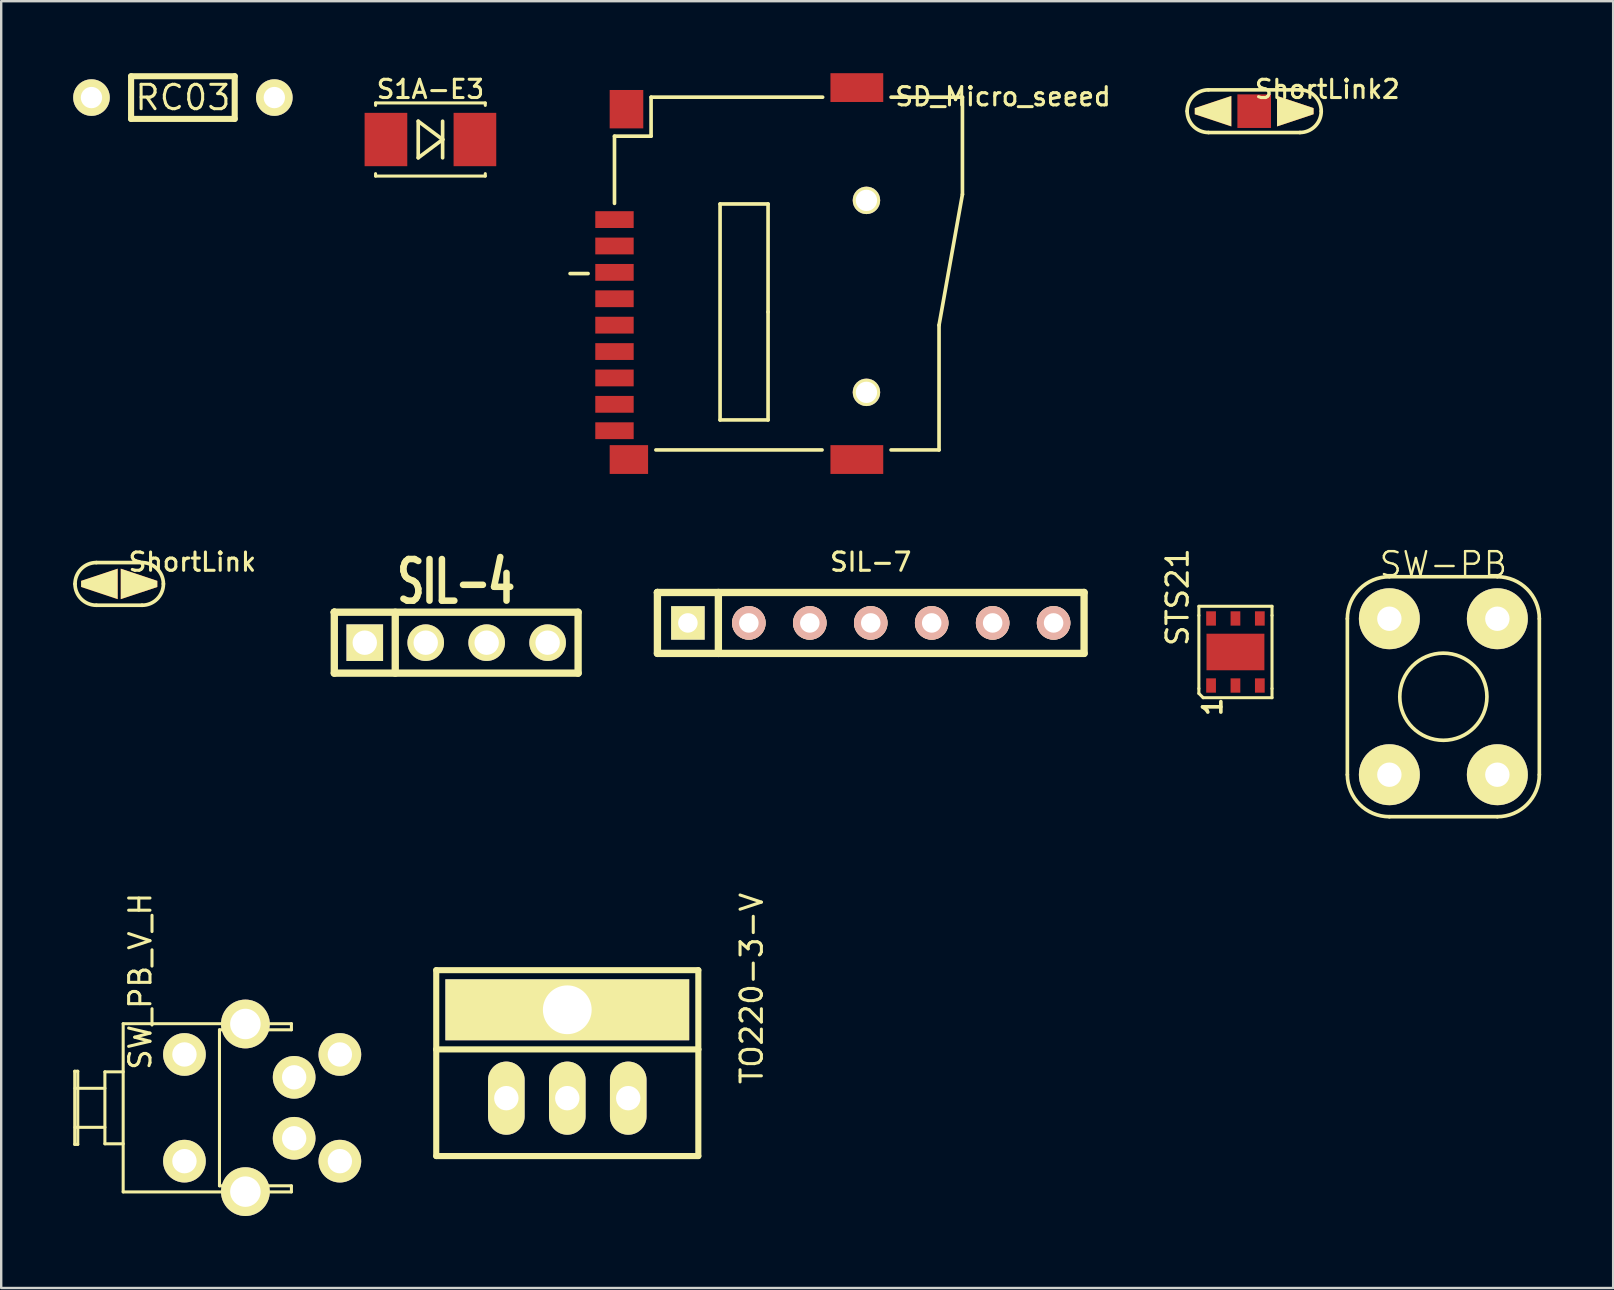
<source format=kicad_pcb>
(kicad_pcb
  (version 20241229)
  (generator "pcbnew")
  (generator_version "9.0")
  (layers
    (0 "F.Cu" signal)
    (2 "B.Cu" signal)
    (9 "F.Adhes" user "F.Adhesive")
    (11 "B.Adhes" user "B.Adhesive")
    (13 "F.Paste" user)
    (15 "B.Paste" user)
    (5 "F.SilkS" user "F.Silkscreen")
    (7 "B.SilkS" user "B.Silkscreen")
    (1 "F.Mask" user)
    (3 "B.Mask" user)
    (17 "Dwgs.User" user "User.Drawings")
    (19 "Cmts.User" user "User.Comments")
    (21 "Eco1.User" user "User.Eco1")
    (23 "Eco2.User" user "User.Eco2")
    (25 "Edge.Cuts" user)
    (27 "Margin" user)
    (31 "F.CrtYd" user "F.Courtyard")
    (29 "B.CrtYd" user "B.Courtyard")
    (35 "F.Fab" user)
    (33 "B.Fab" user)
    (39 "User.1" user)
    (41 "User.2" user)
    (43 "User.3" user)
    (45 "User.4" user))
  (footprint "SW_PB_V_H"
    (layer "F.Cu")
    (at 4.636 43.115)
    (property "Reference" "SW_PB_V_H" (at -1.841 -5.271 90) (layer "F.SilkS") (effects (font (size 0.889 0.889) (thickness 0.127))))
    (attr smd)
    (fp_line (start -4.572 -1.524) (end -4.445 -1.524) (stroke (width 0.127) (type solid)) (layer "F.SilkS"))
    (fp_line (start -4.572 1.524) (end -4.572 -1.524) (stroke (width 0.127) (type solid)) (layer "F.SilkS"))
    (fp_line (start -4.559 -0.813) (end -3.315 -0.813) (stroke (width 0.127) (type solid)) (layer "F.SilkS"))
    (fp_line (start -4.559 0.813) (end -3.315 0.813) (stroke (width 0.127) (type solid)) (layer "F.SilkS"))
    (fp_line (start -4.445 -1.524) (end -4.445 1.524) (stroke (width 0.127) (type solid)) (layer "F.SilkS"))
    (fp_line (start -4.445 1.524) (end -4.572 1.524) (stroke (width 0.127) (type solid)) (layer "F.SilkS"))
    (fp_line (start -3.315 -1.499) (end -3.315 1.499) (stroke (width 0.127) (type solid)) (layer "F.SilkS"))
    (fp_line (start -3.315 1.499) (end -2.553 1.499) (stroke (width 0.127) (type solid)) (layer "F.SilkS"))
    (fp_line (start -2.553 -3.505) (end 4.458 -3.505) (stroke (width 0.127) (type solid)) (layer "F.SilkS"))
    (fp_line (start -2.553 -1.499) (end -3.315 -1.499) (stroke (width 0.127) (type solid)) (layer "F.SilkS"))
    (fp_line (start -2.553 3.505) (end -2.553 -3.505) (stroke (width 0.127) (type solid)) (layer "F.SilkS"))
    (fp_line (start 1.46 -3.251) (end 1.46 3.251) (stroke (width 0.127) (type solid)) (layer "F.SilkS"))
    (fp_line (start 1.46 3.251) (end 4.458 3.251) (stroke (width 0.127) (type solid)) (layer "F.SilkS"))
    (fp_line (start 4.458 -3.505) (end 4.458 -3.251) (stroke (width 0.127) (type solid)) (layer "F.SilkS"))
    (fp_line (start 4.458 -3.251) (end 1.46 -3.251) (stroke (width 0.127) (type solid)) (layer "F.SilkS"))
    (fp_line (start 4.458 3.251) (end 4.458 3.505) (stroke (width 0.127) (type solid)) (layer "F.SilkS"))
    (fp_line (start 4.458 3.505) (end -2.553 3.505) (stroke (width 0.127) (type solid)) (layer "F.SilkS"))
    (pad "1" thru_hole circle (at 0 -2.223) (size 1.778 1.778) (drill 1.016) (layers "*.Cu" "*.Mask" "F.SilkS"))
    (pad "1" thru_hole circle (at 4.572 -1.27) (size 1.778 1.778) (drill 1.016) (layers "*.Cu" "*.Mask" "F.SilkS"))
    (pad "1" thru_hole circle (at 6.477 -2.223) (size 1.778 1.778) (drill 1.016) (layers "*.Cu" "*.Mask" "F.SilkS"))
    (pad "2" thru_hole circle (at 0 2.223) (size 1.778 1.778) (drill 1.016) (layers "*.Cu" "*.Mask" "F.SilkS"))
    (pad "2" thru_hole circle (at 4.572 1.27) (size 1.778 1.778) (drill 1.016) (layers "*.Cu" "*.Mask" "F.SilkS"))
    (pad "2" thru_hole circle (at 6.477 2.223) (size 1.778 1.778) (drill 1.016) (layers "*.Cu" "*.Mask" "F.SilkS"))
    (pad "3" thru_hole circle (at 2.54 -3.493) (size 2.032 2.032) (drill 1.27) (layers "*.Cu" "*.Mask" "F.SilkS"))
    (pad "3" thru_hole circle (at 2.54 3.493) (size 2.032 2.032) (drill 1.27) (layers "*.Cu" "*.Mask" "F.SilkS")))
  (footprint "ShortLink"
    (layer "F.Cu")
    (at 1.918 21.283)
    (property "Reference" "ShortLink" (at 3.048 -0.914 0) (layer "F.SilkS") (effects (font (size 0.762 0.762) (thickness 0.127))))
    (attr through_hole)
    (fp_line (start -0.953 -0.889) (end 0.953 -0.889) (stroke (width 0.152) (type solid)) (layer "F.SilkS"))
    (fp_line (start 0.953 0.889) (end -0.953 0.889) (stroke (width 0.152) (type solid)) (layer "F.SilkS"))
    (fp_arc (start -1.8415 0) (mid -1.581118 -0.628618) (end -0.9525 -0.889) (stroke (width 0.1524) (type solid)) (layer "F.SilkS"))
    (fp_arc (start -0.9525 0.889) (mid -1.581118 0.628618) (end -1.8415 0) (stroke (width 0.1524) (type solid)) (layer "F.SilkS"))
    (fp_arc (start 0.9525 -0.889) (mid 1.581118 -0.628618) (end 1.8415 0) (stroke (width 0.1524) (type solid)) (layer "F.SilkS"))
    (fp_arc (start 1.8415 0) (mid 1.581118 0.628618) (end 0.9525 0.889) (stroke (width 0.1524) (type solid)) (layer "F.SilkS"))
    (pad "1" smd trapezoid (at -0.826 0) (size 1.524 0.762) (rect_delta -0.508 0) (layers "F.Cu" "F.Mask" "F.SilkS" "F.Paste"))
    (pad "2" smd trapezoid (at 0.826 0) (size 1.524 0.762) (rect_delta 0.508 0) (layers "F.Cu" "F.Mask" "F.SilkS" "F.Paste")))
  (footprint "SIL-4"
    (layer "F.Cu")
    (at 15.961 23.732)
    (property "Reference" "SIL-4" (at 0 -2.54 0) (layer "F.SilkS") (effects (font (size 1.735 1.087) (thickness 0.272))))
    (attr smd)
    (fp_line (start -5.08 -1.27) (end -5.08 -1.27) (stroke (width 0.305) (type solid)) (layer "F.SilkS"))
    (fp_line (start -5.08 -1.27) (end -5.08 -1.27) (stroke (width 0.305) (type solid)) (layer "F.SilkS"))
    (fp_line (start -5.08 -1.27) (end 5.08 -1.27) (stroke (width 0.305) (type solid)) (layer "F.SilkS"))
    (fp_line (start -5.08 1.27) (end -5.08 -1.27) (stroke (width 0.305) (type solid)) (layer "F.SilkS"))
    (fp_line (start -2.54 1.27) (end -2.54 -1.27) (stroke (width 0.305) (type solid)) (layer "F.SilkS"))
    (fp_line (start 5.08 -1.27) (end 5.08 1.27) (stroke (width 0.305) (type solid)) (layer "F.SilkS"))
    (fp_line (start 5.08 1.27) (end -5.08 1.27) (stroke (width 0.305) (type solid)) (layer "F.SilkS"))
    (pad "1" thru_hole rect (at -3.81 0) (size 1.524 1.524) (drill 1.016) (layers "*.Cu" "*.Mask" "F.SilkS"))
    (pad "2" thru_hole circle (at -1.27 0) (size 1.524 1.524) (drill 1.016) (layers "*.Cu" "*.Mask" "F.SilkS"))
    (pad "3" thru_hole circle (at 1.27 0) (size 1.524 1.524) (drill 1.016) (layers "*.Cu" "*.Mask" "F.SilkS"))
    (pad "4" thru_hole circle (at 3.81 0) (size 1.524 1.524) (drill 1.016) (layers "*.Cu" "*.Mask" "F.SilkS")))
  (footprint "ShortLink2"
    (layer "F.Cu")
    (at 49.215 1.583)
    (property "Reference" "ShortLink2" (at 3.048 -0.914 0) (layer "F.SilkS") (effects (font (size 0.762 0.762) (thickness 0.127))))
    (attr through_hole)
    (fp_line (start -1.905 -0.889) (end 1.905 -0.889) (stroke (width 0.15) (type solid)) (layer "F.SilkS"))
    (fp_line (start -1.905 0.889) (end 1.905 0.889) (stroke (width 0.15) (type solid)) (layer "F.SilkS"))
    (fp_arc (start -2.794 0) (mid -2.533618 -0.628618) (end -1.905 -0.889) (stroke (width 0.1524) (type solid)) (layer "F.SilkS"))
    (fp_arc (start -1.905 0.889) (mid -2.533618 0.628618) (end -2.794 0) (stroke (width 0.1524) (type solid)) (layer "F.SilkS"))
    (fp_arc (start 1.905 -0.889) (mid 2.533618 -0.628618) (end 2.794 0) (stroke (width 0.1524) (type solid)) (layer "F.SilkS"))
    (fp_arc (start 2.794 0) (mid 2.533618 0.628618) (end 1.905 0.889) (stroke (width 0.1524) (type solid)) (layer "F.SilkS"))
    (pad "1" smd trapezoid (at -1.714 0) (size 1.524 0.762) (rect_delta -0.508 0) (layers "F.Cu" "F.Mask" "F.SilkS" "F.Paste"))
    (pad "2" smd rect (at 0 0) (size 1.4 1.4) (layers "F.Cu" "F.Mask" "F.Paste"))
    (pad "3" smd trapezoid (at 1.714 0) (size 1.524 0.762) (rect_delta 0.508 0) (layers "F.Cu" "F.Mask" "F.SilkS" "F.Paste")))
  (footprint "SIL-7"
    (layer "F.Cu")
    (at 33.236 22.909)
    (property "Reference" "SIL-7" (at 0 -2.54 0) (layer "F.SilkS") (effects (font (size 0.762 0.762) (thickness 0.127))))
    (attr through_hole)
    (fp_line (start -8.89 -1.27) (end -8.89 -1.27) (stroke (width 0.305) (type solid)) (layer "F.SilkS"))
    (fp_line (start -8.89 -1.27) (end 8.89 -1.27) (stroke (width 0.305) (type solid)) (layer "F.SilkS"))
    (fp_line (start -8.89 1.27) (end -8.89 -1.27) (stroke (width 0.305) (type solid)) (layer "F.SilkS"))
    (fp_line (start -6.35 1.27) (end -6.35 -1.27) (stroke (width 0.305) (type solid)) (layer "F.SilkS"))
    (fp_line (start -6.35 1.27) (end -6.35 1.27) (stroke (width 0.305) (type solid)) (layer "F.SilkS"))
    (fp_line (start 8.89 -1.27) (end 8.89 1.27) (stroke (width 0.305) (type solid)) (layer "F.SilkS"))
    (fp_line (start 8.89 1.27) (end -8.89 1.27) (stroke (width 0.305) (type solid)) (layer "F.SilkS"))
    (pad "1" thru_hole rect (at -7.62 0) (size 1.397 1.397) (drill 0.813) (layers "*.Cu" "*.Mask" "F.SilkS"))
    (pad "2" thru_hole circle (at -5.08 0) (size 1.397 1.397) (drill 0.813) (layers "*.Cu" "*.SilkS" "*.Mask"))
    (pad "3" thru_hole circle (at -2.54 0) (size 1.397 1.397) (drill 0.813) (layers "*.Cu" "*.SilkS" "*.Mask"))
    (pad "4" thru_hole circle (at 0 0) (size 1.397 1.397) (drill 0.813) (layers "*.Cu" "*.SilkS" "*.Mask"))
    (pad "5" thru_hole circle (at 2.54 0) (size 1.397 1.397) (drill 0.813) (layers "*.Cu" "*.SilkS" "*.Mask"))
    (pad "6" thru_hole circle (at 5.08 0) (size 1.397 1.397) (drill 0.813) (layers "*.Cu" "*.SilkS" "*.Mask"))
    (pad "7" thru_hole circle (at 7.62 0) (size 1.397 1.397) (drill 0.813) (layers "*.Cu" "*.SilkS" "*.Mask")))
  (footprint "STS21"
    (layer "F.Cu")
    (at 48.434 24.12)
    (property "Reference" "STS21" (at -2.413 -2.286 90) (layer "F.SilkS") (effects (font (size 0.889 0.889) (thickness 0.127))))
    (attr through_hole)
    (fp_line (start -1.524 -1.905) (end 1.524 -1.905) (stroke (width 0.127) (type solid)) (layer "F.SilkS"))
    (fp_line (start -1.524 -1.524) (end -1.524 -1.905) (stroke (width 0.127) (type solid)) (layer "F.SilkS"))
    (fp_line (start -1.524 1.524) (end -1.524 -1.524) (stroke (width 0.127) (type solid)) (layer "F.SilkS"))
    (fp_line (start -1.524 1.727) (end -1.524 1.524) (stroke (width 0.127) (type solid)) (layer "F.SilkS"))
    (fp_line (start -1.346 1.905) (end -1.524 1.727) (stroke (width 0.127) (type solid)) (layer "F.SilkS"))
    (fp_line (start 1.524 -1.905) (end 1.524 -1.524) (stroke (width 0.127) (type solid)) (layer "F.SilkS"))
    (fp_line (start 1.524 1.524) (end 1.524 -1.524) (stroke (width 0.127) (type solid)) (layer "F.SilkS"))
    (fp_line (start 1.524 1.524) (end 1.524 1.905) (stroke (width 0.127) (type solid)) (layer "F.SilkS"))
    (fp_line (start 1.524 1.905) (end -1.346 1.905) (stroke (width 0.127) (type solid)) (layer "F.SilkS"))
    (fp_text user "1" (at -0.953 2.286 90) (layer "F.SilkS") (effects (font (size 0.762 0.762) (thickness 0.152))))
    (pad "1" smd rect (at -1.016 1.397) (size 0.406 0.597) (layers "F.Cu" "F.Mask" "F.Paste"))
    (pad "2" smd rect (at 0 1.397) (size 0.406 0.597) (layers "F.Cu" "F.Mask" "F.Paste"))
    (pad "3" smd rect (at 1.016 1.397) (size 0.406 0.597) (layers "F.Cu" "F.Mask" "F.Paste"))
    (pad "4" smd rect (at 1.016 -1.397) (size 0.406 0.597) (layers "F.Cu" "F.Mask" "F.Paste"))
    (pad "5" smd rect (at 0 -1.397) (size 0.406 0.597) (layers "F.Cu" "F.Mask" "F.Paste"))
    (pad "6" smd rect (at -1.016 -1.397) (size 0.406 0.597) (layers "F.Cu" "F.Mask" "F.Paste"))
    (pad "7" smd rect (at 0 0) (size 2.413 1.524) (layers "F.Cu" "F.Mask" "F.Paste")))
  (footprint "TO220-3-V"
    (layer "F.Cu")
    (at 20.59 42.713)
    (property "Reference" "TO220-3-V" (at 7.684 -4.572 90) (layer "F.SilkS") (effects (font (size 0.889 0.889) (thickness 0.127))))
    (attr through_hole)
    (fp_line (start -5.461 -5.334) (end 5.461 -5.334) (stroke (width 0.254) (type solid)) (layer "F.SilkS"))
    (fp_line (start -5.461 -2.032) (end -5.461 -5.334) (stroke (width 0.254) (type solid)) (layer "F.SilkS"))
    (fp_line (start -5.461 -2.032) (end -5.461 2.413) (stroke (width 0.254) (type solid)) (layer "F.SilkS"))
    (fp_line (start -5.461 2.413) (end 5.461 2.413) (stroke (width 0.254) (type solid)) (layer "F.SilkS"))
    (fp_line (start 5.461 -5.334) (end 5.461 -2.032) (stroke (width 0.254) (type solid)) (layer "F.SilkS"))
    (fp_line (start 5.461 -2.032) (end -5.461 -2.032) (stroke (width 0.254) (type solid)) (layer "F.SilkS"))
    (fp_line (start 5.461 2.413) (end 5.461 -2.032) (stroke (width 0.254) (type solid)) (layer "F.SilkS"))
    (pad "1" thru_hole oval (at -2.54 0) (size 1.524 3.048) (drill 1.016) (layers "*.Cu" "*.Mask" "F.SilkS"))
    (pad "2" thru_hole oval (at 0 0) (size 1.524 3.048) (drill 1.016) (layers "*.Cu" "*.Mask" "F.SilkS"))
    (pad "3" thru_hole oval (at 2.54 0) (size 1.524 3.048) (drill 1.016) (layers "*.Cu" "*.Mask" "F.SilkS"))
    (pad "GND" thru_hole rect (at 0 -3.683) (size 10.16 2.54) (drill 2.032) (layers "*.Cu" "F.Mask" "F.SilkS")))
  (footprint "RC03"
    (layer "F.Cu")
    (at 4.572 1.016)
    (property "Reference" "RC03" (at 0 0 0) (layer "F.SilkS") (effects (font (size 1.016 1.016) (thickness 0.127))))
    (attr through_hole)
    (fp_line (start -2.159 -0.889) (end -2.159 0.889) (stroke (width 0.254) (type solid)) (layer "F.SilkS"))
    (fp_line (start -2.159 0.889) (end 2.159 0.889) (stroke (width 0.254) (type solid)) (layer "F.SilkS"))
    (fp_line (start 2.159 -0.889) (end -2.159 -0.889) (stroke (width 0.254) (type solid)) (layer "F.SilkS"))
    (fp_line (start 2.159 0.889) (end 2.159 -0.889) (stroke (width 0.254) (type solid)) (layer "F.SilkS"))
    (pad "1" thru_hole circle (at 3.81 0) (size 1.524 1.524) (drill 0.889) (layers "*.Cu" "*.Mask" "F.SilkS"))
    (pad "2" thru_hole circle (at -3.81 0) (size 1.524 1.524) (drill 0.889) (layers "*.Cu" "*.Mask" "F.SilkS")))
  (footprint "SD_Micro_seeed"
    (layer "F.Cu")
    (at 22.557 10.5)
    (property "Reference" "SD_Micro_seeed" (at 16.192 -9.525 0) (layer "F.SilkS") (effects (font (size 0.762 0.762) (thickness 0.127))))
    (attr smd)
    (fp_line (start -1.1 -2.15) (end -1.85 -2.15) (stroke (width 0.152) (type solid)) (layer "F.SilkS"))
    (fp_line (start 0 -7.875) (end 0 -5.075) (stroke (width 0.152) (type solid)) (layer "F.SilkS"))
    (fp_line (start 1.525 -9.5) (end 1.525 -7.875) (stroke (width 0.152) (type solid)) (layer "F.SilkS"))
    (fp_line (start 1.525 -7.875) (end 0 -7.875) (stroke (width 0.152) (type solid)) (layer "F.SilkS"))
    (fp_line (start 4.4 -5.05) (end 4.4 3.95) (stroke (width 0.152) (type solid)) (layer "F.SilkS"))
    (fp_line (start 4.4 3.95) (end 6.4 3.95) (stroke (width 0.152) (type solid)) (layer "F.SilkS"))
    (fp_line (start 6.4 -5.05) (end 4.4 -5.05) (stroke (width 0.152) (type solid)) (layer "F.SilkS"))
    (fp_line (start 6.4 -0.55) (end 6.4 -5.05) (stroke (width 0.152) (type solid)) (layer "F.SilkS"))
    (fp_line (start 6.4 3.95) (end 6.4 -0.55) (stroke (width 0.152) (type solid)) (layer "F.SilkS"))
    (fp_line (start 8.65 5.2) (end 1.725 5.2) (stroke (width 0.152) (type solid)) (layer "F.SilkS"))
    (fp_line (start 8.675 -9.5) (end 1.525 -9.5) (stroke (width 0.152) (type solid)) (layer "F.SilkS"))
    (fp_line (start 11.525 5.2) (end 13.525 5.2) (stroke (width 0.152) (type solid)) (layer "F.SilkS"))
    (fp_line (start 13.525 0) (end 14.5 -5.45) (stroke (width 0.152) (type solid)) (layer "F.SilkS"))
    (fp_line (start 13.525 5.2) (end 13.525 0) (stroke (width 0.152) (type solid)) (layer "F.SilkS"))
    (fp_line (start 14.5 -9.5) (end 11.525 -9.5) (stroke (width 0.152) (type solid)) (layer "F.SilkS"))
    (fp_line (start 14.5 -9.5) (end 14.5 -5.45) (stroke (width 0.152) (type solid)) (layer "F.SilkS"))
    (pad "1" smd rect (at 0 -4.399) (size 1.6 0.7) (layers "F.Cu" "F.Mask" "F.Paste"))
    (pad "2" smd rect (at 0 -3.299) (size 1.6 0.7) (layers "F.Cu" "F.Mask" "F.Paste"))
    (pad "3" smd rect (at 0 -2.2) (size 1.6 0.7) (layers "F.Cu" "F.Mask" "F.Paste"))
    (pad "4" smd rect (at 0 -1.1) (size 1.6 0.7) (layers "F.Cu" "F.Mask" "F.Paste"))
    (pad "5" smd rect (at 0 0) (size 1.6 0.7) (layers "F.Cu" "F.Mask" "F.Paste"))
    (pad "6" smd rect (at 0 1.1) (size 1.6 0.7) (layers "F.Cu" "F.Mask" "F.Paste"))
    (pad "7" smd rect (at 0 2.2) (size 1.6 0.7) (layers "F.Cu" "F.Mask" "F.Paste"))
    (pad "8" smd rect (at 0 3.299) (size 1.6 0.7) (layers "F.Cu" "F.Mask" "F.Paste"))
    (pad "9" smd rect (at 0 4.399) (size 1.6 0.7) (layers "F.Cu" "F.Mask" "F.Paste"))
    (pad "G1" smd rect (at 0.6 5.6) (size 1.6 1.2) (layers "F.Cu" "F.Mask" "F.Paste"))
    (pad "G2" smd rect (at 10.1 5.6) (size 2.2 1.2) (layers "F.Cu" "F.Mask" "F.Paste"))
    (pad "G3" smd rect (at 10.1 -9.9) (size 2.2 1.2) (layers "F.Cu" "F.Mask" "F.Paste"))
    (pad "G4" smd rect (at 0.5 -9) (size 1.4 1.6) (layers "F.Cu" "F.Mask" "F.Paste"))
    (pad "H1" thru_hole circle (at 10.5 2.8) (size 1.143 1.143) (drill 0.889) (layers "*.Cu" "*.Mask" "F.SilkS"))
    (pad "H2" thru_hole circle (at 10.5 -5.2) (size 1.143 1.143) (drill 0.889) (layers "*.Cu" "*.Mask" "F.SilkS")))
  (footprint "S1A-E3"
    (layer "F.Cu")
    (at 14.887 2.764)
    (property "Reference" "S1A-E3" (at 0 -2.095 0) (layer "F.SilkS") (effects (font (size 0.762 0.762) (thickness 0.127))))
    (attr smd)
    (fp_line (start -2.286 -1.524) (end -2.286 -1.422) (stroke (width 0.127) (type solid)) (layer "F.SilkS"))
    (fp_line (start -2.286 -1.524) (end 2.286 -1.524) (stroke (width 0.127) (type solid)) (layer "F.SilkS"))
    (fp_line (start -2.286 1.524) (end -2.286 1.422) (stroke (width 0.127) (type solid)) (layer "F.SilkS"))
    (fp_line (start -0.508 -0.762) (end -0.508 0.762) (stroke (width 0.152) (type solid)) (layer "F.SilkS"))
    (fp_line (start -0.508 0.762) (end 0.508 0) (stroke (width 0.152) (type solid)) (layer "F.SilkS"))
    (fp_line (start 0.508 0) (end -0.508 -0.762) (stroke (width 0.152) (type solid)) (layer "F.SilkS"))
    (fp_line (start 0.508 0) (end 0.508 -0.762) (stroke (width 0.152) (type solid)) (layer "F.SilkS"))
    (fp_line (start 0.508 0.762) (end 0.508 0) (stroke (width 0.152) (type solid)) (layer "F.SilkS"))
    (fp_line (start 2.286 -1.524) (end 2.286 -1.422) (stroke (width 0.127) (type solid)) (layer "F.SilkS"))
    (fp_line (start 2.286 1.524) (end -2.286 1.524) (stroke (width 0.127) (type solid)) (layer "F.SilkS"))
    (fp_line (start 2.286 1.524) (end 2.286 1.422) (stroke (width 0.127) (type solid)) (layer "F.SilkS"))
    (pad "1" smd rect (at -1.854 0) (size 1.778 2.223) (layers "F.Cu" "F.Mask" "F.Paste"))
    (pad "2" smd rect (at 1.854 0) (size 1.778 2.223) (layers "F.Cu" "F.Mask" "F.Paste")))
  (footprint "SW-PB"
    (layer "F.Cu")
    (at 57.098 25.984)
    (property "Reference" "SW-PB" (at 0 -5.524 0) (layer "F.SilkS") (effects (font (size 1.001 1.001) (thickness 0.099))))
    (attr through_hole)
    (fp_line (start -4 3.25) (end -4 -3.25) (stroke (width 0.152) (type solid)) (layer "F.SilkS"))
    (fp_line (start -2.25 -5) (end 2.25 -5) (stroke (width 0.152) (type solid)) (layer "F.SilkS"))
    (fp_line (start 2.25 5) (end -2.25 5) (stroke (width 0.152) (type solid)) (layer "F.SilkS"))
    (fp_line (start 4 -3.25) (end 4 3.25) (stroke (width 0.152) (type solid)) (layer "F.SilkS"))
    (fp_arc (start -4 -3.25) (mid -3.487437 -4.487437) (end -2.25 -5) (stroke (width 0.1524) (type solid)) (layer "F.SilkS"))
    (fp_arc (start -2.25 5) (mid -3.487437 4.487437) (end -4 3.25) (stroke (width 0.1524) (type solid)) (layer "F.SilkS"))
    (fp_arc (start 2.25 -5) (mid 3.487437 -4.487437) (end 4 -3.25) (stroke (width 0.1524) (type solid)) (layer "F.SilkS"))
    (fp_arc (start 4 3.25) (mid 3.487437 4.487437) (end 2.25 5) (stroke (width 0.1524) (type solid)) (layer "F.SilkS"))
    (fp_circle (center 0 0) (end -1.816 0) (stroke (width 0.152) (type solid)) (fill no) (layer "F.SilkS"))
    (pad "1" thru_hole circle (at -2.25 -3.25) (size 2.54 2.54) (drill 1.016) (layers "*.Cu" "*.Mask" "F.SilkS"))
    (pad "1" thru_hole circle (at -2.25 3.25) (size 2.54 2.54) (drill 1.016) (layers "*.Cu" "*.Mask" "F.SilkS"))
    (pad "2" thru_hole circle (at 2.25 -3.25) (size 2.54 2.54) (drill 1.016) (layers "*.Cu" "*.Mask" "F.SilkS"))
    (pad "2" thru_hole circle (at 2.25 3.25) (size 2.54 2.54) (drill 1.016) (layers "*.Cu" "*.Mask" "F.SilkS")))
  (gr_rect
    (start -3 -3)
    (end 64.174 50.624)
    (stroke (width 0.1) (type default))
    (fill no)
    (layer "Edge.Cuts")))
</source>
